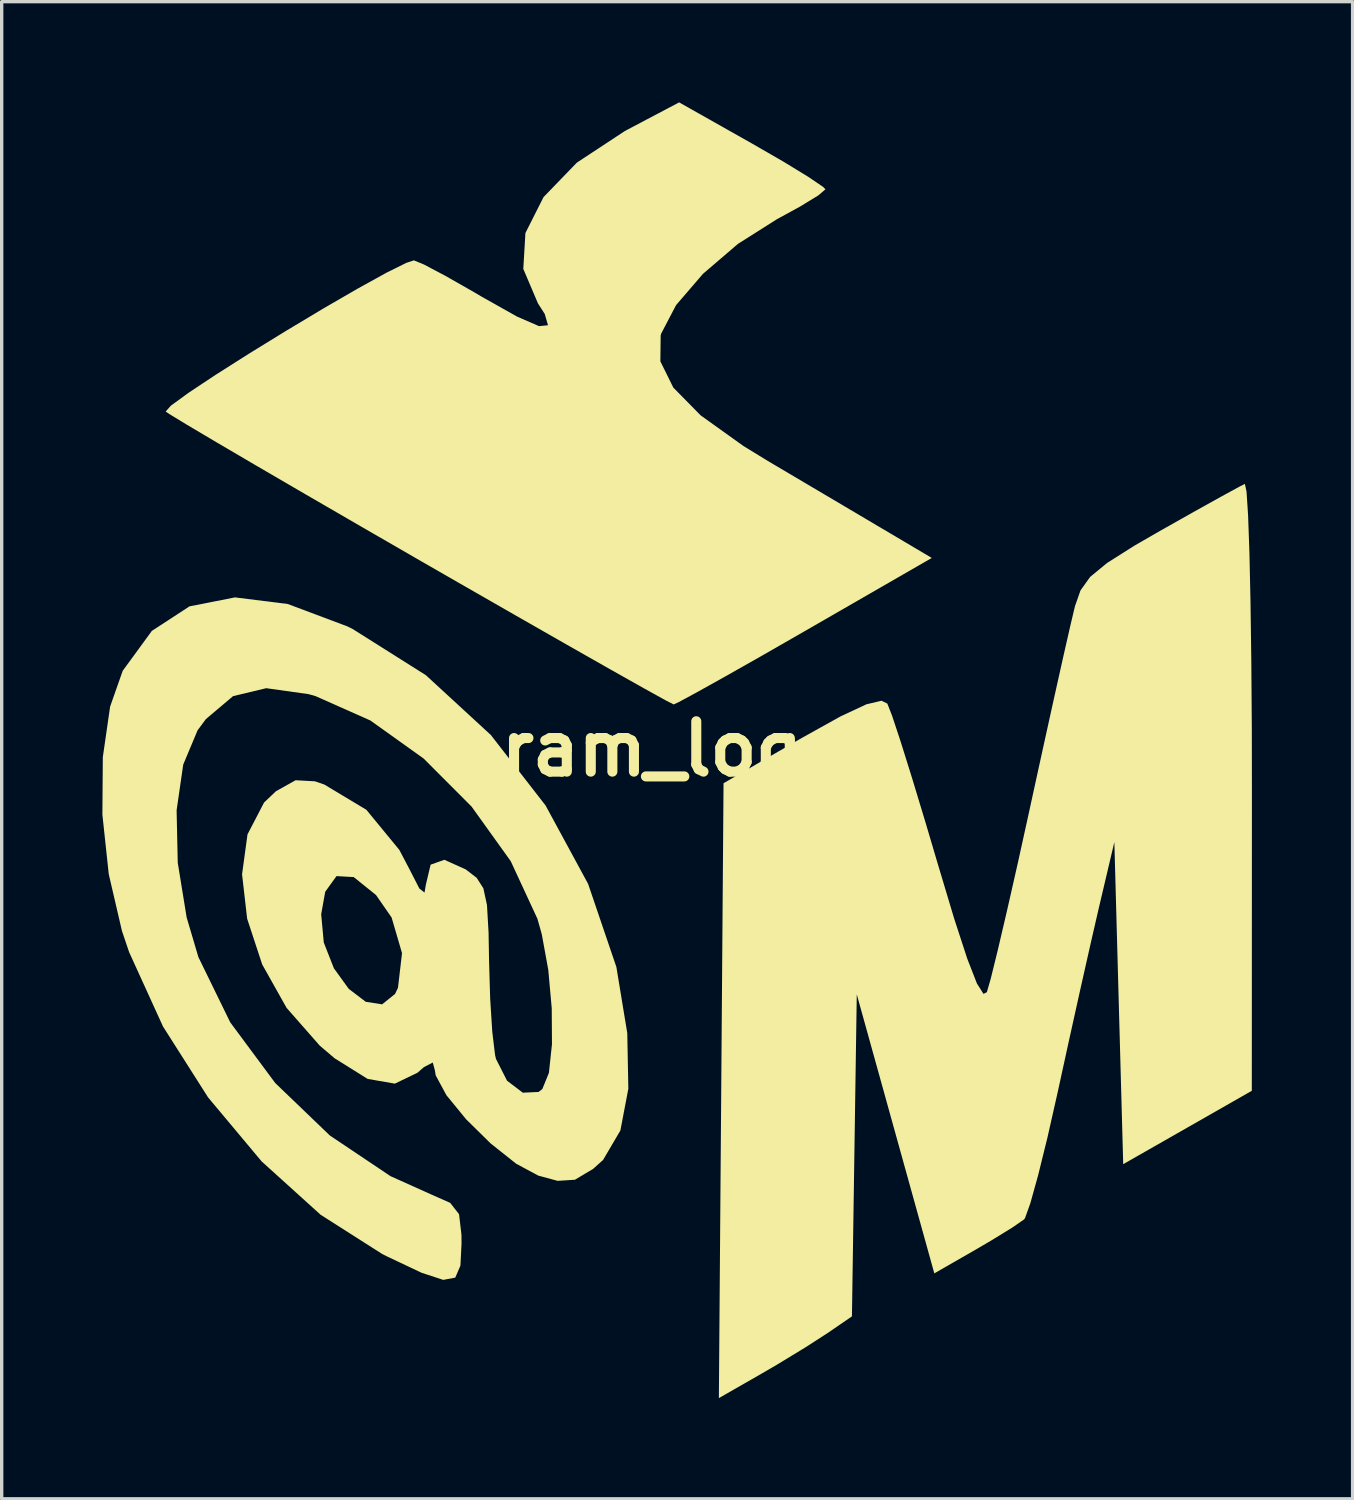
<source format=kicad_pcb>
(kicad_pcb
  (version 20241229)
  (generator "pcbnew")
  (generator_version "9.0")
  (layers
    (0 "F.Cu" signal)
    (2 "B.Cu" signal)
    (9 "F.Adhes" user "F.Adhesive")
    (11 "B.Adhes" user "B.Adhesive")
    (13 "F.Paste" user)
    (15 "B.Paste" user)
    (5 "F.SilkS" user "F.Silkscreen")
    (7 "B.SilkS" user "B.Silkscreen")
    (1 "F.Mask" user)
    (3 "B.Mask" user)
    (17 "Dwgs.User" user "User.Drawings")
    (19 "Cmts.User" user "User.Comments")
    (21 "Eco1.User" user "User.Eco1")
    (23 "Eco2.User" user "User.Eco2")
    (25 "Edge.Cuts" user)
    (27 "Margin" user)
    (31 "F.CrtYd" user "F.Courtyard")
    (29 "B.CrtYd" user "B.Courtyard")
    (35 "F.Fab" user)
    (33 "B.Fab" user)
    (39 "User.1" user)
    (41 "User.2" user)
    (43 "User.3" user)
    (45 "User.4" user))
  (footprint "ram_logo"
    (layer "F.Cu")
    (at 17.049 19.258)
    (property "Reference" "ram_logo" (at 0 0 0) (layer "F.SilkS") (effects (font (size 1.5 1.5) (thickness 0.3))))
    (attr board_only exclude_from_pos_files exclude_from_bom)
    (fp_poly (pts (xy 2.309 -18.029) (xy 3.25 -17.486) (xy 3.987 -17.035) (xy 4.42 -16.741) (xy 4.491 -16.669) (xy 4.279 -16.487) (xy 3.721 -16.147) (xy 3.045 -15.778) (xy 1.883 -15.042) (xy 0.842 -14.15) (xy 0.041 -13.219) (xy -0.403 -12.37) (xy -0.418 -12.315) (xy -0.427 -11.543) (xy -0.042 -10.763) (xy 0.772 -9.935) (xy 2.047 -9.022) (xy 2.778 -8.574) (xy 3.94 -7.887) (xy 5.085 -7.21) (xy 6.039 -6.645) (xy 6.409 -6.427) (xy 7.658 -5.687) (xy 3.871 -3.505) (xy 2.602 -2.777) (xy 1.5 -2.153) (xy 0.643 -1.675) (xy 0.109 -1.387) (xy -0.03 -1.323) (xy -0.279 -1.45) (xy -0.93 -1.811) (xy -1.93 -2.374) (xy -3.222 -3.108) (xy -4.752 -3.982) (xy -6.466 -4.965) (xy -7.547 -5.586) (xy -9.349 -6.627) (xy -11.007 -7.588) (xy -12.463 -8.436) (xy -13.661 -9.139) (xy -14.544 -9.663) (xy -15.058 -9.976) (xy -15.164 -10.048) (xy -15.008 -10.224) (xy -14.482 -10.607) (xy -13.676 -11.142) (xy -12.68 -11.774) (xy -11.583 -12.449) (xy -10.477 -13.112) (xy -9.449 -13.707) (xy -8.592 -14.181) (xy -7.994 -14.478) (xy -7.769 -14.552) (xy -7.463 -14.425) (xy -6.828 -14.089) (xy -5.986 -13.609) (xy -5.75 -13.47) (xy -4.693 -12.875) (xy -4.041 -12.592) (xy -3.774 -12.619) (xy -3.871 -12.954) (xy -4.074 -13.271) (xy -4.51 -14.297) (xy -4.447 -15.367) (xy -3.907 -16.437) (xy -2.914 -17.464) (xy -1.489 -18.402) (xy -1.398 -18.451) (xy 0.132 -19.258)) (stroke (width 0) (type solid)) (fill yes) (layer "F.SilkS"))
    (fp_poly (pts (xy 17.035 -7.66) (xy 17.081 -6.957) (xy 17.121 -5.845) (xy 17.153 -4.382) (xy 17.177 -2.629) (xy 17.192 -0.645) (xy 17.195 1.102) (xy 17.192 10.186) (xy 15.277 11.279) (xy 13.361 12.372) (xy 13.229 7.575) (xy 13.097 2.778) (xy 12.629 4.763) (xy 12.389 5.807) (xy 12.078 7.189) (xy 11.736 8.732) (xy 11.403 10.256) (xy 11.397 10.281) (xy 11.102 11.588) (xy 10.825 12.708) (xy 10.594 13.538) (xy 10.436 13.978) (xy 10.41 14.016) (xy 10.067 14.254) (xy 9.43 14.646) (xy 8.96 14.921) (xy 7.734 15.625) (xy 6.579 11.469) (xy 5.424 7.313) (xy 5.352 12.11) (xy 5.28 16.906) (xy 4.558 17.401) (xy 3.9 17.826) (xy 3.035 18.352) (xy 2.576 18.619) (xy 1.316 19.341) (xy 1.386 10.183) (xy 1.455 1.024) (xy 3.792 -0.328) (xy 4.94 -0.967) (xy 5.711 -1.327) (xy 6.162 -1.433) (xy 6.334 -1.349) (xy 6.473 -0.995) (xy 6.729 -0.223) (xy 7.073 0.877) (xy 7.478 2.214) (xy 7.819 3.367) (xy 8.324 5.052) (xy 8.715 6.25) (xy 9.003 6.99) (xy 9.199 7.3) (xy 9.299 7.249) (xy 9.416 6.842) (xy 9.622 6.006) (xy 9.897 4.832) (xy 10.22 3.408) (xy 10.569 1.824) (xy 10.591 1.72) (xy 10.947 0.092) (xy 11.28 -1.419) (xy 11.568 -2.711) (xy 11.79 -3.687) (xy 11.923 -4.246) (xy 11.924 -4.25) (xy 12.089 -4.72) (xy 12.376 -5.122) (xy 12.881 -5.538) (xy 13.698 -6.055) (xy 14.469 -6.499) (xy 15.465 -7.061) (xy 16.29 -7.52) (xy 16.835 -7.817) (xy 16.986 -7.893)) (stroke (width 0) (type solid)) (fill yes) (layer "F.SilkS"))
    (fp_poly (pts (xy -11.527 -4.315) (xy -9.755 -3.65) (xy -9.595 -3.571) (xy -7.413 -2.195) (xy -5.477 -0.413) (xy -3.846 1.688) (xy -2.58 4.021) (xy -1.737 6.5) (xy -1.413 8.467) (xy -1.381 10.125) (xy -1.618 11.369) (xy -2.134 12.247) (xy -2.43 12.512) (xy -2.971 12.836) (xy -3.489 12.869) (xy -4.066 12.712) (xy -4.721 12.36) (xy -5.478 11.759) (xy -6.213 11.036) (xy -6.801 10.317) (xy -7.119 9.728) (xy -7.144 9.579) (xy -7.206 9.344) (xy -7.468 9.479) (xy -7.662 9.648) (xy -8.336 9.973) (xy -9.148 9.832) (xy -10.131 9.218) (xy -10.575 8.84) (xy -11.562 7.716) (xy -12.288 6.423) (xy -12.736 5.062) (xy -12.752 4.927) (xy -10.531 4.927) (xy -10.454 5.769) (xy -10.153 6.536) (xy -9.709 7.151) (xy -9.203 7.535) (xy -8.716 7.611) (xy -8.33 7.301) (xy -8.243 7.116) (xy -8.123 6.085) (xy -8.433 5.025) (xy -8.897 4.355) (xy -9.562 3.82) (xy -10.075 3.791) (xy -10.411 4.257) (xy -10.531 4.927) (xy -12.752 4.927) (xy -12.888 3.737) (xy -12.726 2.548) (xy -12.233 1.599) (xy -11.878 1.262) (xy -11.293 0.935) (xy -10.718 0.967) (xy -10.437 1.063) (xy -9.185 1.815) (xy -8.204 3.009) (xy -7.908 3.572) (xy -7.606 4.162) (xy -7.452 4.281) (xy -7.414 4.051) (xy -7.271 3.45) (xy -6.861 3.305) (xy -6.225 3.591) (xy -5.9 3.841) (xy -5.7 4.153) (xy -5.592 4.653) (xy -5.545 5.467) (xy -5.53 6.314) (xy -5.497 7.442) (xy -5.434 8.432) (xy -5.352 9.114) (xy -5.325 9.235) (xy -4.995 9.885) (xy -4.525 10.243) (xy -4.055 10.221) (xy -3.943 10.134) (xy -3.747 9.651) (xy -3.656 8.799) (xy -3.663 7.727) (xy -3.766 6.585) (xy -3.96 5.52) (xy -4.089 5.063) (xy -4.884 3.347) (xy -6.05 1.721) (xy -7.48 0.288) (xy -9.066 -0.845) (xy -10.702 -1.572) (xy -10.908 -1.63) (xy -12.168 -1.807) (xy -13.157 -1.57) (xy -13.965 -0.887) (xy -14.213 -0.553) (xy -14.641 0.469) (xy -14.838 1.83) (xy -14.804 3.393) (xy -14.539 5.021) (xy -14.189 6.204) (xy -13.24 8.148) (xy -11.9 9.955) (xy -10.273 11.518) (xy -8.467 12.729) (xy -7.266 13.269) (xy -6.688 13.525) (xy -6.424 13.863) (xy -6.352 14.477) (xy -6.35 14.738) (xy -6.383 15.395) (xy -6.537 15.752) (xy -6.895 15.819) (xy -7.541 15.607) (xy -8.556 15.127) (xy -8.712 15.049) (xy -10.547 13.88) (xy -12.305 12.29) (xy -13.9 10.384) (xy -15.244 8.27) (xy -16.253 6.055) (xy -16.466 5.424) (xy -16.859 3.734) (xy -17.049 1.96) (xy -17.036 0.247) (xy -16.819 -1.258) (xy -16.444 -2.325) (xy -15.575 -3.514) (xy -14.454 -4.245) (xy -13.099 -4.512)) (stroke (width 0) (type solid)) (fill yes) (layer "F.SilkS")))
  (gr_rect
    (start -3 -3)
    (end 37.244 41.599)
    (stroke (width 0.1) (type default))
    (fill no)
    (layer "Edge.Cuts")))
</source>
